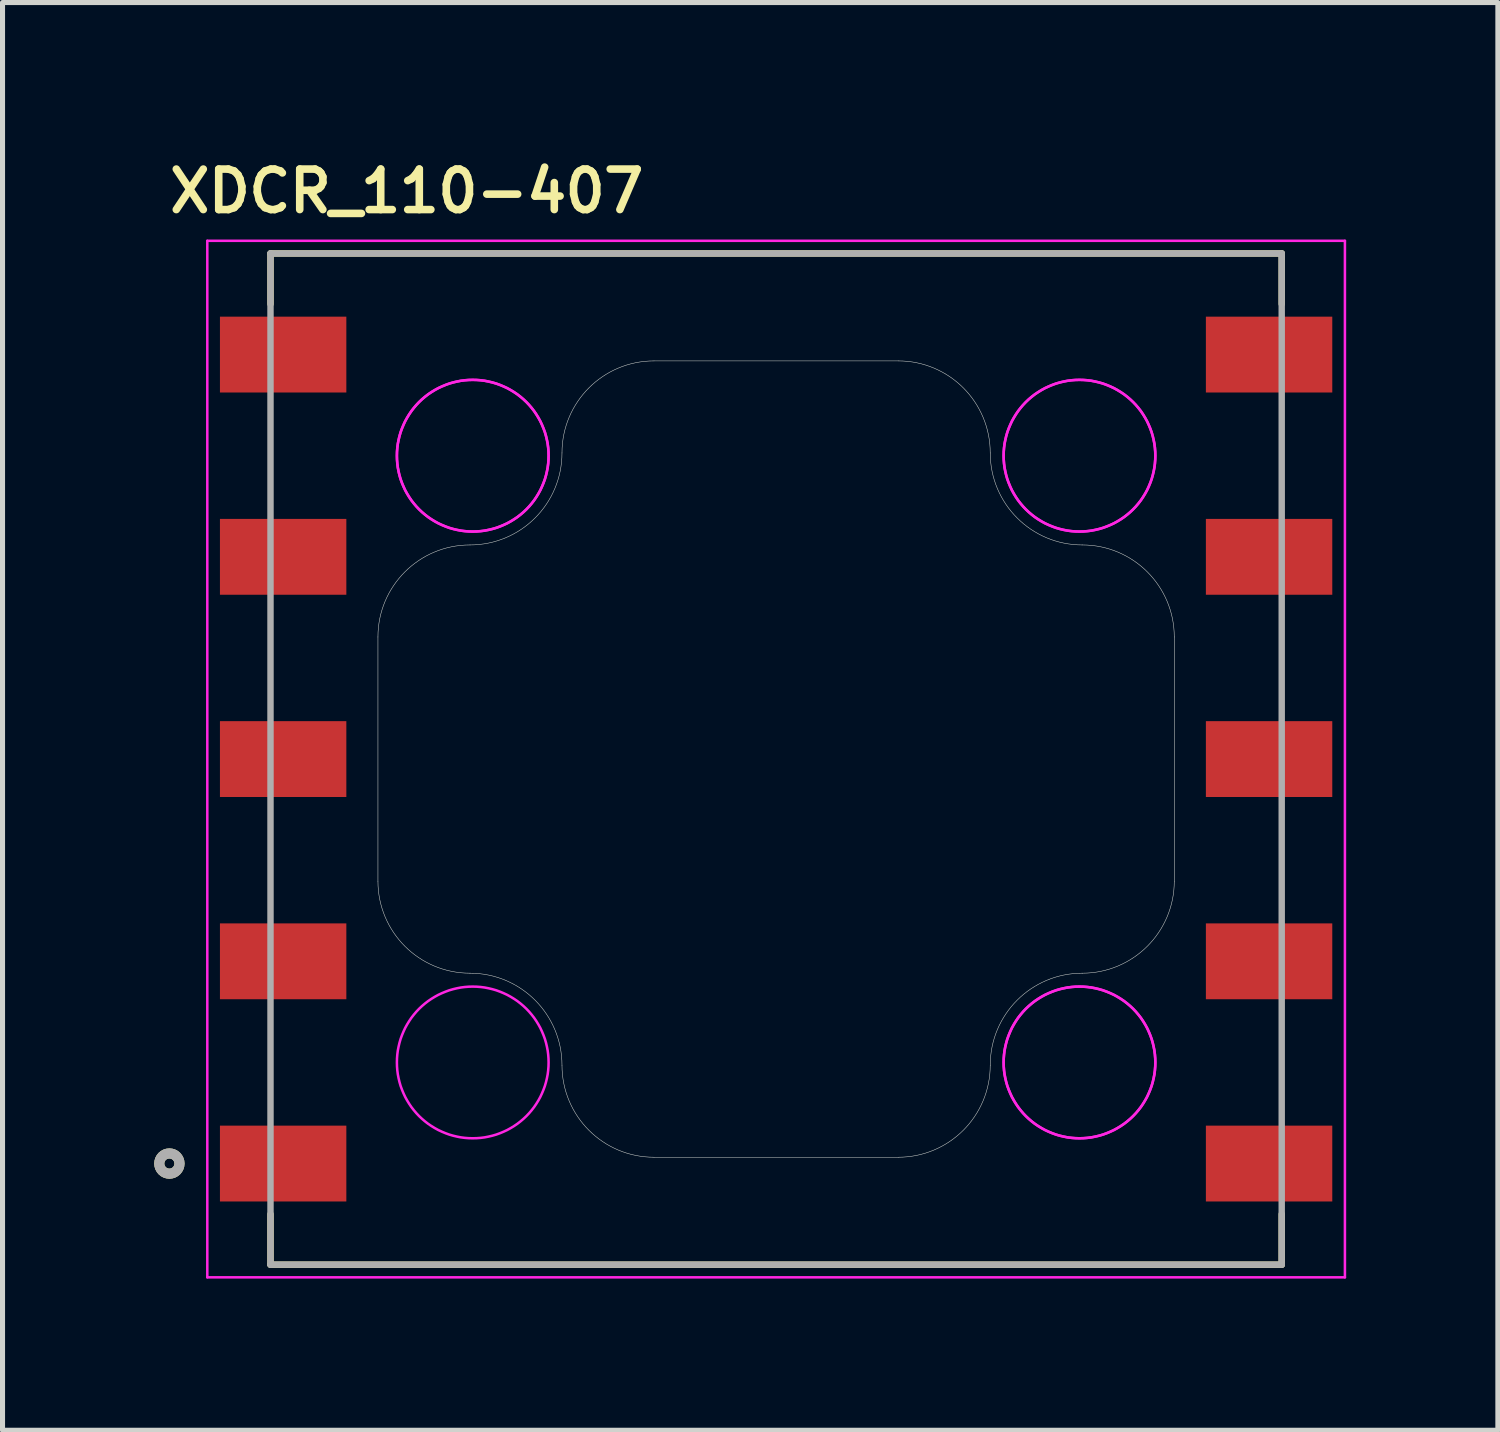
<source format=kicad_pcb>
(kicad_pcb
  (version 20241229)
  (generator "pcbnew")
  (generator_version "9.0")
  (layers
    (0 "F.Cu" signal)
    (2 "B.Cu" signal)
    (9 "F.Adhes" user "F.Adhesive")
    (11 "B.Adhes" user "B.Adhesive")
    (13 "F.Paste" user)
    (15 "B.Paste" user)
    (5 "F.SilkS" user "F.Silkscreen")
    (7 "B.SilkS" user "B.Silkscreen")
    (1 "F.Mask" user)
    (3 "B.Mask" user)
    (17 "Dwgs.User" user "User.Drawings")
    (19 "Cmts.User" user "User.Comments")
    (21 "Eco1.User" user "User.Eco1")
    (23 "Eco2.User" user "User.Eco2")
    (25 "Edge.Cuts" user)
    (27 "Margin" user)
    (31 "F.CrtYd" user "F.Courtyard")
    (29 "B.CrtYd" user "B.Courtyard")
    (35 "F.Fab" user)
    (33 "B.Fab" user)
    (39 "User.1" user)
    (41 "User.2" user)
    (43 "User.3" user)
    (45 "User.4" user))
  (footprint "XDCR_110-407"
    (layer "F.Cu")
    (at 12.3 11.963)
    (property "Reference" "XDCR_110-407" (at -7.305 -11.231 0) (layer "F.SilkS") (effects (font (size 0.801 0.801) (thickness 0.15))))
    (attr smd)
    (fp_line (start -10 -10) (end 10 -10) (stroke (width 0.127) (type solid)) (layer "F.SilkS"))
    (fp_line (start -10 -9) (end -10 -10) (stroke (width 0.127) (type solid)) (layer "F.SilkS"))
    (fp_line (start -10 9) (end -10 10) (stroke (width 0.127) (type solid)) (layer "F.SilkS"))
    (fp_line (start -10 10) (end 10 10) (stroke (width 0.127) (type solid)) (layer "F.SilkS"))
    (fp_line (start 10 -10) (end 10 -9) (stroke (width 0.127) (type solid)) (layer "F.SilkS"))
    (fp_line (start 10 10) (end 10 9) (stroke (width 0.127) (type solid)) (layer "F.SilkS"))
    (fp_circle (center -12 8) (end -11.8 8) (stroke (width 0.2) (type solid)) (fill no) (layer "F.SilkS"))
    (fp_line (start -7.875 -2.415) (end -7.875 2.415) (stroke (width 0.01) (type solid)) (layer "Edge.Cuts"))
    (fp_line (start -2.415 7.875) (end 2.415 7.875) (stroke (width 0.01) (type solid)) (layer "Edge.Cuts"))
    (fp_line (start 2.415 -7.875) (end -2.415 -7.875) (stroke (width 0.01) (type solid)) (layer "Edge.Cuts"))
    (fp_line (start 7.875 2.415) (end 7.875 -2.415) (stroke (width 0.01) (type solid)) (layer "Edge.Cuts"))
    (fp_arc (start -7.875 -2.415) (mid -7.341934 -3.701934) (end -6.055 -4.235) (stroke (width 0.01) (type solid)) (layer "Edge.Cuts"))
    (fp_arc (start -6.055 4.235) (mid -7.341934 3.701934) (end -7.875 2.415) (stroke (width 0.01) (type solid)) (layer "Edge.Cuts"))
    (fp_arc (start -6.055 4.235) (mid -4.768066 4.768066) (end -4.235 6.055) (stroke (width 0.01) (type solid)) (layer "Edge.Cuts"))
    (fp_arc (start -4.235 -6.055) (mid -4.768066 -4.768066) (end -6.055 -4.235) (stroke (width 0.01) (type solid)) (layer "Edge.Cuts"))
    (fp_arc (start -4.235 -6.055) (mid -3.701934 -7.341934) (end -2.415 -7.875) (stroke (width 0.01) (type solid)) (layer "Edge.Cuts"))
    (fp_arc (start -2.415 7.875) (mid -3.701934 7.341934) (end -4.235 6.055) (stroke (width 0.01) (type solid)) (layer "Edge.Cuts"))
    (fp_arc (start 2.415 -7.875) (mid 3.701934 -7.341934) (end 4.235 -6.055) (stroke (width 0.01) (type solid)) (layer "Edge.Cuts"))
    (fp_arc (start 4.235 6.055) (mid 3.701934 7.341934) (end 2.415 7.875) (stroke (width 0.01) (type solid)) (layer "Edge.Cuts"))
    (fp_arc (start 4.235 6.055) (mid 4.768066 4.768066) (end 6.055 4.235) (stroke (width 0.01) (type solid)) (layer "Edge.Cuts"))
    (fp_arc (start 6.055 -4.235) (mid 4.768066 -4.768066) (end 4.235 -6.055) (stroke (width 0.01) (type solid)) (layer "Edge.Cuts"))
    (fp_arc (start 6.055 -4.235) (mid 7.341934 -3.701934) (end 7.875 -2.415) (stroke (width 0.01) (type solid)) (layer "Edge.Cuts"))
    (fp_arc (start 7.875 2.415) (mid 7.341934 3.701934) (end 6.055 4.235) (stroke (width 0.01) (type solid)) (layer "Edge.Cuts"))
    (fp_line (start -11.25 -10.25) (end -11.25 10.25) (stroke (width 0.05) (type solid)) (layer "F.CrtYd"))
    (fp_line (start -11.25 10.25) (end 11.25 10.25) (stroke (width 0.05) (type solid)) (layer "F.CrtYd"))
    (fp_line (start 11.25 -10.25) (end -11.25 -10.25) (stroke (width 0.05) (type solid)) (layer "F.CrtYd"))
    (fp_line (start 11.25 10.25) (end 11.25 -10.25) (stroke (width 0.05) (type solid)) (layer "F.CrtYd"))
    (fp_poly (pts (xy -7.5 -6) (xy -7.498 -6.079) (xy -7.492 -6.157) (xy -7.482 -6.235) (xy -7.467 -6.312) (xy -7.449 -6.388) (xy -7.427 -6.464) (xy -7.4 -6.538) (xy -7.37 -6.61) (xy -7.337 -6.681) (xy -7.299 -6.75) (xy -7.258 -6.817) (xy -7.214 -6.882) (xy -7.166 -6.944) (xy -7.115 -7.004) (xy -7.061 -7.061) (xy -7.004 -7.115) (xy -6.944 -7.166) (xy -6.882 -7.214) (xy -6.817 -7.258) (xy -6.75 -7.299) (xy -6.681 -7.337) (xy -6.61 -7.37) (xy -6.538 -7.4) (xy -6.464 -7.427) (xy -6.388 -7.449) (xy -6.312 -7.467) (xy -6.235 -7.482) (xy -6.157 -7.492) (xy -6.079 -7.498) (xy -6 -7.5) (xy -5.921 -7.498) (xy -5.843 -7.492) (xy -5.765 -7.482) (xy -5.688 -7.467) (xy -5.612 -7.449) (xy -5.536 -7.427) (xy -5.462 -7.4) (xy -5.39 -7.37) (xy -5.319 -7.337) (xy -5.25 -7.299) (xy -5.183 -7.258) (xy -5.118 -7.214) (xy -5.056 -7.166) (xy -4.996 -7.115) (xy -4.939 -7.061) (xy -4.885 -7.004) (xy -4.834 -6.944) (xy -4.786 -6.882) (xy -4.742 -6.817) (xy -4.701 -6.75) (xy -4.663 -6.681) (xy -4.63 -6.61) (xy -4.6 -6.538) (xy -4.573 -6.464) (xy -4.551 -6.388) (xy -4.533 -6.312) (xy -4.518 -6.235) (xy -4.508 -6.157) (xy -4.502 -6.079) (xy -4.5 -6) (xy -4.502 -5.921) (xy -4.508 -5.843) (xy -4.518 -5.765) (xy -4.533 -5.688) (xy -4.551 -5.612) (xy -4.573 -5.536) (xy -4.6 -5.462) (xy -4.63 -5.39) (xy -4.663 -5.319) (xy -4.701 -5.25) (xy -4.742 -5.183) (xy -4.786 -5.118) (xy -4.834 -5.056) (xy -4.885 -4.996) (xy -4.939 -4.939) (xy -4.996 -4.885) (xy -5.056 -4.834) (xy -5.118 -4.786) (xy -5.183 -4.742) (xy -5.25 -4.701) (xy -5.319 -4.663) (xy -5.39 -4.63) (xy -5.462 -4.6) (xy -5.536 -4.573) (xy -5.612 -4.551) (xy -5.688 -4.533) (xy -5.765 -4.518) (xy -5.843 -4.508) (xy -5.921 -4.502) (xy -6 -4.5) (xy -6.079 -4.502) (xy -6.157 -4.508) (xy -6.235 -4.518) (xy -6.312 -4.533) (xy -6.388 -4.551) (xy -6.464 -4.573) (xy -6.538 -4.6) (xy -6.61 -4.63) (xy -6.681 -4.663) (xy -6.75 -4.701) (xy -6.817 -4.742) (xy -6.882 -4.786) (xy -6.944 -4.834) (xy -7.004 -4.885) (xy -7.061 -4.939) (xy -7.115 -4.996) (xy -7.166 -5.056) (xy -7.214 -5.118) (xy -7.258 -5.183) (xy -7.299 -5.25) (xy -7.337 -5.319) (xy -7.37 -5.39) (xy -7.4 -5.462) (xy -7.427 -5.536) (xy -7.449 -5.612) (xy -7.467 -5.688) (xy -7.482 -5.765) (xy -7.492 -5.843) (xy -7.498 -5.921) (xy -7.5 -6)) (stroke (width 0.05) (type solid)) (fill no) (layer "F.CrtYd"))
    (fp_poly (pts (xy -7.5 -6) (xy -7.498 -6.079) (xy -7.492 -6.157) (xy -7.482 -6.235) (xy -7.467 -6.312) (xy -7.449 -6.388) (xy -7.427 -6.464) (xy -7.4 -6.538) (xy -7.37 -6.61) (xy -7.337 -6.681) (xy -7.299 -6.75) (xy -7.258 -6.817) (xy -7.214 -6.882) (xy -7.166 -6.944) (xy -7.115 -7.004) (xy -7.061 -7.061) (xy -7.004 -7.115) (xy -6.944 -7.166) (xy -6.882 -7.214) (xy -6.817 -7.258) (xy -6.75 -7.299) (xy -6.681 -7.337) (xy -6.61 -7.37) (xy -6.538 -7.4) (xy -6.464 -7.427) (xy -6.388 -7.449) (xy -6.312 -7.467) (xy -6.235 -7.482) (xy -6.157 -7.492) (xy -6.079 -7.498) (xy -6 -7.5) (xy -5.921 -7.498) (xy -5.843 -7.492) (xy -5.765 -7.482) (xy -5.688 -7.467) (xy -5.612 -7.449) (xy -5.536 -7.427) (xy -5.462 -7.4) (xy -5.39 -7.37) (xy -5.319 -7.337) (xy -5.25 -7.299) (xy -5.183 -7.258) (xy -5.118 -7.214) (xy -5.056 -7.166) (xy -4.996 -7.115) (xy -4.939 -7.061) (xy -4.885 -7.004) (xy -4.834 -6.944) (xy -4.786 -6.882) (xy -4.742 -6.817) (xy -4.701 -6.75) (xy -4.663 -6.681) (xy -4.63 -6.61) (xy -4.6 -6.538) (xy -4.573 -6.464) (xy -4.551 -6.388) (xy -4.533 -6.312) (xy -4.518 -6.235) (xy -4.508 -6.157) (xy -4.502 -6.079) (xy -4.5 -6) (xy -4.502 -5.921) (xy -4.508 -5.843) (xy -4.518 -5.765) (xy -4.533 -5.688) (xy -4.551 -5.612) (xy -4.573 -5.536) (xy -4.6 -5.462) (xy -4.63 -5.39) (xy -4.663 -5.319) (xy -4.701 -5.25) (xy -4.742 -5.183) (xy -4.786 -5.118) (xy -4.834 -5.056) (xy -4.885 -4.996) (xy -4.939 -4.939) (xy -4.996 -4.885) (xy -5.056 -4.834) (xy -5.118 -4.786) (xy -5.183 -4.742) (xy -5.25 -4.701) (xy -5.319 -4.663) (xy -5.39 -4.63) (xy -5.462 -4.6) (xy -5.536 -4.573) (xy -5.612 -4.551) (xy -5.688 -4.533) (xy -5.765 -4.518) (xy -5.843 -4.508) (xy -5.921 -4.502) (xy -6 -4.5) (xy -6.079 -4.502) (xy -6.157 -4.508) (xy -6.235 -4.518) (xy -6.312 -4.533) (xy -6.388 -4.551) (xy -6.464 -4.573) (xy -6.538 -4.6) (xy -6.61 -4.63) (xy -6.681 -4.663) (xy -6.75 -4.701) (xy -6.817 -4.742) (xy -6.882 -4.786) (xy -6.944 -4.834) (xy -7.004 -4.885) (xy -7.061 -4.939) (xy -7.115 -4.996) (xy -7.166 -5.056) (xy -7.214 -5.118) (xy -7.258 -5.183) (xy -7.299 -5.25) (xy -7.337 -5.319) (xy -7.37 -5.39) (xy -7.4 -5.462) (xy -7.427 -5.536) (xy -7.449 -5.612) (xy -7.467 -5.688) (xy -7.482 -5.765) (xy -7.492 -5.843) (xy -7.498 -5.921) (xy -7.5 -6)) (stroke (width 0.05) (type solid)) (fill no) (layer "F.CrtYd"))
    (fp_poly (pts (xy -7.5 6) (xy -7.498 5.921) (xy -7.492 5.843) (xy -7.482 5.765) (xy -7.467 5.688) (xy -7.449 5.612) (xy -7.427 5.536) (xy -7.4 5.462) (xy -7.37 5.39) (xy -7.337 5.319) (xy -7.299 5.25) (xy -7.258 5.183) (xy -7.214 5.118) (xy -7.166 5.056) (xy -7.115 4.996) (xy -7.061 4.939) (xy -7.004 4.885) (xy -6.944 4.834) (xy -6.882 4.786) (xy -6.817 4.742) (xy -6.75 4.701) (xy -6.681 4.663) (xy -6.61 4.63) (xy -6.538 4.6) (xy -6.464 4.573) (xy -6.388 4.551) (xy -6.312 4.533) (xy -6.235 4.518) (xy -6.157 4.508) (xy -6.079 4.502) (xy -6 4.5) (xy -5.921 4.502) (xy -5.843 4.508) (xy -5.765 4.518) (xy -5.688 4.533) (xy -5.612 4.551) (xy -5.536 4.573) (xy -5.462 4.6) (xy -5.39 4.63) (xy -5.319 4.663) (xy -5.25 4.701) (xy -5.183 4.742) (xy -5.118 4.786) (xy -5.056 4.834) (xy -4.996 4.885) (xy -4.939 4.939) (xy -4.885 4.996) (xy -4.834 5.056) (xy -4.786 5.118) (xy -4.742 5.183) (xy -4.701 5.25) (xy -4.663 5.319) (xy -4.63 5.39) (xy -4.6 5.462) (xy -4.573 5.536) (xy -4.551 5.612) (xy -4.533 5.688) (xy -4.518 5.765) (xy -4.508 5.843) (xy -4.502 5.921) (xy -4.5 6) (xy -4.502 6.079) (xy -4.508 6.157) (xy -4.518 6.235) (xy -4.533 6.312) (xy -4.551 6.388) (xy -4.573 6.464) (xy -4.6 6.538) (xy -4.63 6.61) (xy -4.663 6.681) (xy -4.701 6.75) (xy -4.742 6.817) (xy -4.786 6.882) (xy -4.834 6.944) (xy -4.885 7.004) (xy -4.939 7.061) (xy -4.996 7.115) (xy -5.056 7.166) (xy -5.118 7.214) (xy -5.183 7.258) (xy -5.25 7.299) (xy -5.319 7.337) (xy -5.39 7.37) (xy -5.462 7.4) (xy -5.536 7.427) (xy -5.612 7.449) (xy -5.688 7.467) (xy -5.765 7.482) (xy -5.843 7.492) (xy -5.921 7.498) (xy -6 7.5) (xy -6.079 7.498) (xy -6.157 7.492) (xy -6.235 7.482) (xy -6.312 7.467) (xy -6.388 7.449) (xy -6.464 7.427) (xy -6.538 7.4) (xy -6.61 7.37) (xy -6.681 7.337) (xy -6.75 7.299) (xy -6.817 7.258) (xy -6.882 7.214) (xy -6.944 7.166) (xy -7.004 7.115) (xy -7.061 7.061) (xy -7.115 7.004) (xy -7.166 6.944) (xy -7.214 6.882) (xy -7.258 6.817) (xy -7.299 6.75) (xy -7.337 6.681) (xy -7.37 6.61) (xy -7.4 6.538) (xy -7.427 6.464) (xy -7.449 6.388) (xy -7.467 6.312) (xy -7.482 6.235) (xy -7.492 6.157) (xy -7.498 6.079) (xy -7.5 6)) (stroke (width 0.05) (type solid)) (fill no) (layer "F.CrtYd"))
    (fp_poly (pts (xy 4.5 -6) (xy 4.502 -6.079) (xy 4.508 -6.157) (xy 4.518 -6.235) (xy 4.533 -6.312) (xy 4.551 -6.388) (xy 4.573 -6.464) (xy 4.6 -6.538) (xy 4.63 -6.61) (xy 4.663 -6.681) (xy 4.701 -6.75) (xy 4.742 -6.817) (xy 4.786 -6.882) (xy 4.834 -6.944) (xy 4.885 -7.004) (xy 4.939 -7.061) (xy 4.996 -7.115) (xy 5.056 -7.166) (xy 5.118 -7.214) (xy 5.183 -7.258) (xy 5.25 -7.299) (xy 5.319 -7.337) (xy 5.39 -7.37) (xy 5.462 -7.4) (xy 5.536 -7.427) (xy 5.612 -7.449) (xy 5.688 -7.467) (xy 5.765 -7.482) (xy 5.843 -7.492) (xy 5.921 -7.498) (xy 6 -7.5) (xy 6.079 -7.498) (xy 6.157 -7.492) (xy 6.235 -7.482) (xy 6.312 -7.467) (xy 6.388 -7.449) (xy 6.464 -7.427) (xy 6.538 -7.4) (xy 6.61 -7.37) (xy 6.681 -7.337) (xy 6.75 -7.299) (xy 6.817 -7.258) (xy 6.882 -7.214) (xy 6.944 -7.166) (xy 7.004 -7.115) (xy 7.061 -7.061) (xy 7.115 -7.004) (xy 7.166 -6.944) (xy 7.214 -6.882) (xy 7.258 -6.817) (xy 7.299 -6.75) (xy 7.337 -6.681) (xy 7.37 -6.61) (xy 7.4 -6.538) (xy 7.427 -6.464) (xy 7.449 -6.388) (xy 7.467 -6.312) (xy 7.482 -6.235) (xy 7.492 -6.157) (xy 7.498 -6.079) (xy 7.5 -6) (xy 7.498 -5.921) (xy 7.492 -5.843) (xy 7.482 -5.765) (xy 7.467 -5.688) (xy 7.449 -5.612) (xy 7.427 -5.536) (xy 7.4 -5.462) (xy 7.37 -5.39) (xy 7.337 -5.319) (xy 7.299 -5.25) (xy 7.258 -5.183) (xy 7.214 -5.118) (xy 7.166 -5.056) (xy 7.115 -4.996) (xy 7.061 -4.939) (xy 7.004 -4.885) (xy 6.944 -4.834) (xy 6.882 -4.786) (xy 6.817 -4.742) (xy 6.75 -4.701) (xy 6.681 -4.663) (xy 6.61 -4.63) (xy 6.538 -4.6) (xy 6.464 -4.573) (xy 6.388 -4.551) (xy 6.312 -4.533) (xy 6.235 -4.518) (xy 6.157 -4.508) (xy 6.079 -4.502) (xy 6 -4.5) (xy 5.921 -4.502) (xy 5.843 -4.508) (xy 5.765 -4.518) (xy 5.688 -4.533) (xy 5.612 -4.551) (xy 5.536 -4.573) (xy 5.462 -4.6) (xy 5.39 -4.63) (xy 5.319 -4.663) (xy 5.25 -4.701) (xy 5.183 -4.742) (xy 5.118 -4.786) (xy 5.056 -4.834) (xy 4.996 -4.885) (xy 4.939 -4.939) (xy 4.885 -4.996) (xy 4.834 -5.056) (xy 4.786 -5.118) (xy 4.742 -5.183) (xy 4.701 -5.25) (xy 4.663 -5.319) (xy 4.63 -5.39) (xy 4.6 -5.462) (xy 4.573 -5.536) (xy 4.551 -5.612) (xy 4.533 -5.688) (xy 4.518 -5.765) (xy 4.508 -5.843) (xy 4.502 -5.921) (xy 4.5 -6)) (stroke (width 0.05) (type solid)) (fill no) (layer "F.CrtYd"))
    (fp_poly (pts (xy 4.5 -6) (xy 4.502 -6.079) (xy 4.508 -6.157) (xy 4.518 -6.235) (xy 4.533 -6.312) (xy 4.551 -6.388) (xy 4.573 -6.464) (xy 4.6 -6.538) (xy 4.63 -6.61) (xy 4.663 -6.681) (xy 4.701 -6.75) (xy 4.742 -6.817) (xy 4.786 -6.882) (xy 4.834 -6.944) (xy 4.885 -7.004) (xy 4.939 -7.061) (xy 4.996 -7.115) (xy 5.056 -7.166) (xy 5.118 -7.214) (xy 5.183 -7.258) (xy 5.25 -7.299) (xy 5.319 -7.337) (xy 5.39 -7.37) (xy 5.462 -7.4) (xy 5.536 -7.427) (xy 5.612 -7.449) (xy 5.688 -7.467) (xy 5.765 -7.482) (xy 5.843 -7.492) (xy 5.921 -7.498) (xy 6 -7.5) (xy 6.079 -7.498) (xy 6.157 -7.492) (xy 6.235 -7.482) (xy 6.312 -7.467) (xy 6.388 -7.449) (xy 6.464 -7.427) (xy 6.538 -7.4) (xy 6.61 -7.37) (xy 6.681 -7.337) (xy 6.75 -7.299) (xy 6.817 -7.258) (xy 6.882 -7.214) (xy 6.944 -7.166) (xy 7.004 -7.115) (xy 7.061 -7.061) (xy 7.115 -7.004) (xy 7.166 -6.944) (xy 7.214 -6.882) (xy 7.258 -6.817) (xy 7.299 -6.75) (xy 7.337 -6.681) (xy 7.37 -6.61) (xy 7.4 -6.538) (xy 7.427 -6.464) (xy 7.449 -6.388) (xy 7.467 -6.312) (xy 7.482 -6.235) (xy 7.492 -6.157) (xy 7.498 -6.079) (xy 7.5 -6) (xy 7.498 -5.921) (xy 7.492 -5.843) (xy 7.482 -5.765) (xy 7.467 -5.688) (xy 7.449 -5.612) (xy 7.427 -5.536) (xy 7.4 -5.462) (xy 7.37 -5.39) (xy 7.337 -5.319) (xy 7.299 -5.25) (xy 7.258 -5.183) (xy 7.214 -5.118) (xy 7.166 -5.056) (xy 7.115 -4.996) (xy 7.061 -4.939) (xy 7.004 -4.885) (xy 6.944 -4.834) (xy 6.882 -4.786) (xy 6.817 -4.742) (xy 6.75 -4.701) (xy 6.681 -4.663) (xy 6.61 -4.63) (xy 6.538 -4.6) (xy 6.464 -4.573) (xy 6.388 -4.551) (xy 6.312 -4.533) (xy 6.235 -4.518) (xy 6.157 -4.508) (xy 6.079 -4.502) (xy 6 -4.5) (xy 5.921 -4.502) (xy 5.843 -4.508) (xy 5.765 -4.518) (xy 5.688 -4.533) (xy 5.612 -4.551) (xy 5.536 -4.573) (xy 5.462 -4.6) (xy 5.39 -4.63) (xy 5.319 -4.663) (xy 5.25 -4.701) (xy 5.183 -4.742) (xy 5.118 -4.786) (xy 5.056 -4.834) (xy 4.996 -4.885) (xy 4.939 -4.939) (xy 4.885 -4.996) (xy 4.834 -5.056) (xy 4.786 -5.118) (xy 4.742 -5.183) (xy 4.701 -5.25) (xy 4.663 -5.319) (xy 4.63 -5.39) (xy 4.6 -5.462) (xy 4.573 -5.536) (xy 4.551 -5.612) (xy 4.533 -5.688) (xy 4.518 -5.765) (xy 4.508 -5.843) (xy 4.502 -5.921) (xy 4.5 -6)) (stroke (width 0.05) (type solid)) (fill no) (layer "F.CrtYd"))
    (fp_poly (pts (xy 4.5 6) (xy 4.502 5.921) (xy 4.508 5.843) (xy 4.518 5.765) (xy 4.533 5.688) (xy 4.551 5.612) (xy 4.573 5.536) (xy 4.6 5.462) (xy 4.63 5.39) (xy 4.663 5.319) (xy 4.701 5.25) (xy 4.742 5.183) (xy 4.786 5.118) (xy 4.834 5.056) (xy 4.885 4.996) (xy 4.939 4.939) (xy 4.996 4.885) (xy 5.056 4.834) (xy 5.118 4.786) (xy 5.183 4.742) (xy 5.25 4.701) (xy 5.319 4.663) (xy 5.39 4.63) (xy 5.462 4.6) (xy 5.536 4.573) (xy 5.612 4.551) (xy 5.688 4.533) (xy 5.765 4.518) (xy 5.843 4.508) (xy 5.921 4.502) (xy 6 4.5) (xy 6.079 4.502) (xy 6.157 4.508) (xy 6.235 4.518) (xy 6.312 4.533) (xy 6.388 4.551) (xy 6.464 4.573) (xy 6.538 4.6) (xy 6.61 4.63) (xy 6.681 4.663) (xy 6.75 4.701) (xy 6.817 4.742) (xy 6.882 4.786) (xy 6.944 4.834) (xy 7.004 4.885) (xy 7.061 4.939) (xy 7.115 4.996) (xy 7.166 5.056) (xy 7.214 5.118) (xy 7.258 5.183) (xy 7.299 5.25) (xy 7.337 5.319) (xy 7.37 5.39) (xy 7.4 5.462) (xy 7.427 5.536) (xy 7.449 5.612) (xy 7.467 5.688) (xy 7.482 5.765) (xy 7.492 5.843) (xy 7.498 5.921) (xy 7.5 6) (xy 7.498 6.079) (xy 7.492 6.157) (xy 7.482 6.235) (xy 7.467 6.312) (xy 7.449 6.388) (xy 7.427 6.464) (xy 7.4 6.538) (xy 7.37 6.61) (xy 7.337 6.681) (xy 7.299 6.75) (xy 7.258 6.817) (xy 7.214 6.882) (xy 7.166 6.944) (xy 7.115 7.004) (xy 7.061 7.061) (xy 7.004 7.115) (xy 6.944 7.166) (xy 6.882 7.214) (xy 6.817 7.258) (xy 6.75 7.299) (xy 6.681 7.337) (xy 6.61 7.37) (xy 6.538 7.4) (xy 6.464 7.427) (xy 6.388 7.449) (xy 6.312 7.467) (xy 6.235 7.482) (xy 6.157 7.492) (xy 6.079 7.498) (xy 6 7.5) (xy 5.921 7.498) (xy 5.843 7.492) (xy 5.765 7.482) (xy 5.688 7.467) (xy 5.612 7.449) (xy 5.536 7.427) (xy 5.462 7.4) (xy 5.39 7.37) (xy 5.319 7.337) (xy 5.25 7.299) (xy 5.183 7.258) (xy 5.118 7.214) (xy 5.056 7.166) (xy 4.996 7.115) (xy 4.939 7.061) (xy 4.885 7.004) (xy 4.834 6.944) (xy 4.786 6.882) (xy 4.742 6.817) (xy 4.701 6.75) (xy 4.663 6.681) (xy 4.63 6.61) (xy 4.6 6.538) (xy 4.573 6.464) (xy 4.551 6.388) (xy 4.533 6.312) (xy 4.518 6.235) (xy 4.508 6.157) (xy 4.502 6.079) (xy 4.5 6)) (stroke (width 0.05) (type solid)) (fill no) (layer "F.CrtYd"))
    (fp_poly (pts (xy 4.5 6) (xy 4.502 5.921) (xy 4.508 5.843) (xy 4.518 5.765) (xy 4.533 5.688) (xy 4.551 5.612) (xy 4.573 5.536) (xy 4.6 5.462) (xy 4.63 5.39) (xy 4.663 5.319) (xy 4.701 5.25) (xy 4.742 5.183) (xy 4.786 5.118) (xy 4.834 5.056) (xy 4.885 4.996) (xy 4.939 4.939) (xy 4.996 4.885) (xy 5.056 4.834) (xy 5.118 4.786) (xy 5.183 4.742) (xy 5.25 4.701) (xy 5.319 4.663) (xy 5.39 4.63) (xy 5.462 4.6) (xy 5.536 4.573) (xy 5.612 4.551) (xy 5.688 4.533) (xy 5.765 4.518) (xy 5.843 4.508) (xy 5.921 4.502) (xy 6 4.5) (xy 6.079 4.502) (xy 6.157 4.508) (xy 6.235 4.518) (xy 6.312 4.533) (xy 6.388 4.551) (xy 6.464 4.573) (xy 6.538 4.6) (xy 6.61 4.63) (xy 6.681 4.663) (xy 6.75 4.701) (xy 6.817 4.742) (xy 6.882 4.786) (xy 6.944 4.834) (xy 7.004 4.885) (xy 7.061 4.939) (xy 7.115 4.996) (xy 7.166 5.056) (xy 7.214 5.118) (xy 7.258 5.183) (xy 7.299 5.25) (xy 7.337 5.319) (xy 7.37 5.39) (xy 7.4 5.462) (xy 7.427 5.536) (xy 7.449 5.612) (xy 7.467 5.688) (xy 7.482 5.765) (xy 7.492 5.843) (xy 7.498 5.921) (xy 7.5 6) (xy 7.498 6.079) (xy 7.492 6.157) (xy 7.482 6.235) (xy 7.467 6.312) (xy 7.449 6.388) (xy 7.427 6.464) (xy 7.4 6.538) (xy 7.37 6.61) (xy 7.337 6.681) (xy 7.299 6.75) (xy 7.258 6.817) (xy 7.214 6.882) (xy 7.166 6.944) (xy 7.115 7.004) (xy 7.061 7.061) (xy 7.004 7.115) (xy 6.944 7.166) (xy 6.882 7.214) (xy 6.817 7.258) (xy 6.75 7.299) (xy 6.681 7.337) (xy 6.61 7.37) (xy 6.538 7.4) (xy 6.464 7.427) (xy 6.388 7.449) (xy 6.312 7.467) (xy 6.235 7.482) (xy 6.157 7.492) (xy 6.079 7.498) (xy 6 7.5) (xy 5.921 7.498) (xy 5.843 7.492) (xy 5.765 7.482) (xy 5.688 7.467) (xy 5.612 7.449) (xy 5.536 7.427) (xy 5.462 7.4) (xy 5.39 7.37) (xy 5.319 7.337) (xy 5.25 7.299) (xy 5.183 7.258) (xy 5.118 7.214) (xy 5.056 7.166) (xy 4.996 7.115) (xy 4.939 7.061) (xy 4.885 7.004) (xy 4.834 6.944) (xy 4.786 6.882) (xy 4.742 6.817) (xy 4.701 6.75) (xy 4.663 6.681) (xy 4.63 6.61) (xy 4.6 6.538) (xy 4.573 6.464) (xy 4.551 6.388) (xy 4.533 6.312) (xy 4.518 6.235) (xy 4.508 6.157) (xy 4.502 6.079) (xy 4.5 6)) (stroke (width 0.05) (type solid)) (fill no) (layer "F.CrtYd"))
    (fp_line (start -10 -10) (end 10 -10) (stroke (width 0.127) (type solid)) (layer "F.Fab"))
    (fp_line (start -10 10) (end -10 -10) (stroke (width 0.127) (type solid)) (layer "F.Fab"))
    (fp_line (start 10 -10) (end 10 10) (stroke (width 0.127) (type solid)) (layer "F.Fab"))
    (fp_line (start 10 10) (end -10 10) (stroke (width 0.127) (type solid)) (layer "F.Fab"))
    (fp_circle (center -12 8) (end -11.8 8) (stroke (width 0.2) (type solid)) (fill no) (layer "F.Fab"))
    (pad "1" smd rect (at -9.75 8) (size 2.5 1.5) (layers "F.Cu" "F.Mask" "F.Paste"))
    (pad "2" smd rect (at -9.75 4) (size 2.5 1.5) (layers "F.Cu" "F.Mask" "F.Paste"))
    (pad "3" smd rect (at -9.75 0) (size 2.5 1.5) (layers "F.Cu" "F.Mask" "F.Paste"))
    (pad "4" smd rect (at -9.75 -4) (size 2.5 1.5) (layers "F.Cu" "F.Mask" "F.Paste"))
    (pad "5" smd rect (at -9.75 -8) (size 2.5 1.5) (layers "F.Cu" "F.Mask" "F.Paste"))
    (pad "6" smd rect (at 9.75 -8 180) (size 2.5 1.5) (layers "F.Cu" "F.Mask" "F.Paste"))
    (pad "7" smd rect (at 9.75 -4 180) (size 2.5 1.5) (layers "F.Cu" "F.Mask" "F.Paste"))
    (pad "8" smd rect (at 9.75 0 180) (size 2.5 1.5) (layers "F.Cu" "F.Mask" "F.Paste"))
    (pad "9" smd rect (at 9.75 4 180) (size 2.5 1.5) (layers "F.Cu" "F.Mask" "F.Paste"))
    (pad "10" smd rect (at 9.75 8 180) (size 2.5 1.5) (layers "F.Cu" "F.Mask" "F.Paste"))
    (zone (net_name "") (layer "F.Cu") (hatch full 0.508) (connect_pads) (min_thickness 0.05) (filled_areas_thickness no) (keepout (tracks not_allowed) (vias not_allowed) (pads not_allowed) (copperpour not_allowed) (footprints allowed)) (placement (enabled no)) (fill) (polygon (pts (xy 4.8 5.963) (xy 4.802 5.884) (xy 4.808 5.806) (xy 4.818 5.728) (xy 4.833 5.651) (xy 4.851 5.575) (xy 4.873 5.499) (xy 4.9 5.425) (xy 4.93 5.353) (xy 4.963 5.282) (xy 5.001 5.213) (xy 5.042 5.146) (xy 5.086 5.081) (xy 5.134 5.019) (xy 5.185 4.959) (xy 5.239 4.902) (xy 5.296 4.848) (xy 5.356 4.797) (xy 5.418 4.749) (xy 5.483 4.705) (xy 5.55 4.664) (xy 5.619 4.626) (xy 5.69 4.593) (xy 5.762 4.563) (xy 5.836 4.536) (xy 5.912 4.514) (xy 5.988 4.496) (xy 6.065 4.481) (xy 6.143 4.471) (xy 6.221 4.465) (xy 6.3 4.463) (xy 6.379 4.465) (xy 6.457 4.471) (xy 6.535 4.481) (xy 6.612 4.496) (xy 6.688 4.514) (xy 6.764 4.536) (xy 6.838 4.563) (xy 6.91 4.593) (xy 6.981 4.626) (xy 7.05 4.664) (xy 7.117 4.705) (xy 7.182 4.749) (xy 7.244 4.797) (xy 7.304 4.848) (xy 7.361 4.902) (xy 7.415 4.959) (xy 7.466 5.019) (xy 7.514 5.081) (xy 7.558 5.146) (xy 7.599 5.213) (xy 7.637 5.282) (xy 7.67 5.353) (xy 7.7 5.425) (xy 7.727 5.499) (xy 7.749 5.575) (xy 7.767 5.651) (xy 7.782 5.728) (xy 7.792 5.806) (xy 7.798 5.884) (xy 7.8 5.963) (xy 7.798 6.042) (xy 7.792 6.12) (xy 7.782 6.198) (xy 7.767 6.275) (xy 7.749 6.351) (xy 7.727 6.427) (xy 7.7 6.501) (xy 7.67 6.573) (xy 7.637 6.644) (xy 7.599 6.713) (xy 7.558 6.78) (xy 7.514 6.845) (xy 7.466 6.907) (xy 7.415 6.967) (xy 7.361 7.024) (xy 7.304 7.078) (xy 7.244 7.129) (xy 7.182 7.177) (xy 7.117 7.221) (xy 7.05 7.262) (xy 6.981 7.3) (xy 6.91 7.333) (xy 6.838 7.363) (xy 6.764 7.39) (xy 6.688 7.412) (xy 6.612 7.43) (xy 6.535 7.445) (xy 6.457 7.455) (xy 6.379 7.461) (xy 6.3 7.463) (xy 6.221 7.461) (xy 6.143 7.455) (xy 6.065 7.445) (xy 5.988 7.43) (xy 5.912 7.412) (xy 5.836 7.39) (xy 5.762 7.363) (xy 5.69 7.333) (xy 5.619 7.3) (xy 5.55 7.262) (xy 5.483 7.221) (xy 5.418 7.177) (xy 5.356 7.129) (xy 5.296 7.078) (xy 5.239 7.024) (xy 5.185 6.967) (xy 5.134 6.907) (xy 5.086 6.845) (xy 5.042 6.78) (xy 5.001 6.713) (xy 4.963 6.644) (xy 4.93 6.573) (xy 4.9 6.501) (xy 4.873 6.427) (xy 4.851 6.351) (xy 4.833 6.275) (xy 4.818 6.198) (xy 4.808 6.12) (xy 4.802 6.042))))
    (zone (net_name "") (layer "F.Cu") (hatch full 0.508) (connect_pads) (min_thickness 0.05) (filled_areas_thickness no) (keepout (tracks not_allowed) (vias not_allowed) (pads not_allowed) (copperpour not_allowed) (footprints allowed)) (placement (enabled no)) (fill) (polygon (pts (xy 4.8 17.963) (xy 4.802 17.884) (xy 4.808 17.806) (xy 4.818 17.728) (xy 4.833 17.651) (xy 4.851 17.575) (xy 4.873 17.499) (xy 4.9 17.425) (xy 4.93 17.353) (xy 4.963 17.282) (xy 5.001 17.213) (xy 5.042 17.146) (xy 5.086 17.081) (xy 5.134 17.019) (xy 5.185 16.959) (xy 5.239 16.902) (xy 5.296 16.848) (xy 5.356 16.797) (xy 5.418 16.749) (xy 5.483 16.705) (xy 5.55 16.664) (xy 5.619 16.626) (xy 5.69 16.593) (xy 5.762 16.563) (xy 5.836 16.536) (xy 5.912 16.514) (xy 5.988 16.496) (xy 6.065 16.481) (xy 6.143 16.471) (xy 6.221 16.465) (xy 6.3 16.463) (xy 6.379 16.465) (xy 6.457 16.471) (xy 6.535 16.481) (xy 6.612 16.496) (xy 6.688 16.514) (xy 6.764 16.536) (xy 6.838 16.563) (xy 6.91 16.593) (xy 6.981 16.626) (xy 7.05 16.664) (xy 7.117 16.705) (xy 7.182 16.749) (xy 7.244 16.797) (xy 7.304 16.848) (xy 7.361 16.902) (xy 7.415 16.959) (xy 7.466 17.019) (xy 7.514 17.081) (xy 7.558 17.146) (xy 7.599 17.213) (xy 7.637 17.282) (xy 7.67 17.353) (xy 7.7 17.425) (xy 7.727 17.499) (xy 7.749 17.575) (xy 7.767 17.651) (xy 7.782 17.728) (xy 7.792 17.806) (xy 7.798 17.884) (xy 7.8 17.963) (xy 7.798 18.042) (xy 7.792 18.12) (xy 7.782 18.198) (xy 7.767 18.275) (xy 7.749 18.351) (xy 7.727 18.427) (xy 7.7 18.501) (xy 7.67 18.573) (xy 7.637 18.644) (xy 7.599 18.713) (xy 7.558 18.78) (xy 7.514 18.845) (xy 7.466 18.907) (xy 7.415 18.967) (xy 7.361 19.024) (xy 7.304 19.078) (xy 7.244 19.129) (xy 7.182 19.177) (xy 7.117 19.221) (xy 7.05 19.262) (xy 6.981 19.3) (xy 6.91 19.333) (xy 6.838 19.363) (xy 6.764 19.39) (xy 6.688 19.412) (xy 6.612 19.43) (xy 6.535 19.445) (xy 6.457 19.455) (xy 6.379 19.461) (xy 6.3 19.463) (xy 6.221 19.461) (xy 6.143 19.455) (xy 6.065 19.445) (xy 5.988 19.43) (xy 5.912 19.412) (xy 5.836 19.39) (xy 5.762 19.363) (xy 5.69 19.333) (xy 5.619 19.3) (xy 5.55 19.262) (xy 5.483 19.221) (xy 5.418 19.177) (xy 5.356 19.129) (xy 5.296 19.078) (xy 5.239 19.024) (xy 5.185 18.967) (xy 5.134 18.907) (xy 5.086 18.845) (xy 5.042 18.78) (xy 5.001 18.713) (xy 4.963 18.644) (xy 4.93 18.573) (xy 4.9 18.501) (xy 4.873 18.427) (xy 4.851 18.351) (xy 4.833 18.275) (xy 4.818 18.198) (xy 4.808 18.12) (xy 4.802 18.042))))
    (zone (net_name "") (layer "F.Cu") (hatch full 0.508) (connect_pads) (min_thickness 0.05) (filled_areas_thickness no) (keepout (tracks not_allowed) (vias not_allowed) (pads not_allowed) (copperpour not_allowed) (footprints allowed)) (placement (enabled no)) (fill) (polygon (pts (xy 16.8 5.963) (xy 16.802 5.884) (xy 16.808 5.806) (xy 16.818 5.728) (xy 16.833 5.651) (xy 16.851 5.575) (xy 16.873 5.499) (xy 16.9 5.425) (xy 16.93 5.353) (xy 16.963 5.282) (xy 17.001 5.213) (xy 17.042 5.146) (xy 17.086 5.081) (xy 17.134 5.019) (xy 17.185 4.959) (xy 17.239 4.902) (xy 17.296 4.848) (xy 17.356 4.797) (xy 17.418 4.749) (xy 17.483 4.705) (xy 17.55 4.664) (xy 17.619 4.626) (xy 17.69 4.593) (xy 17.762 4.563) (xy 17.836 4.536) (xy 17.912 4.514) (xy 17.988 4.496) (xy 18.065 4.481) (xy 18.143 4.471) (xy 18.221 4.465) (xy 18.3 4.463) (xy 18.379 4.465) (xy 18.457 4.471) (xy 18.535 4.481) (xy 18.612 4.496) (xy 18.688 4.514) (xy 18.764 4.536) (xy 18.838 4.563) (xy 18.91 4.593) (xy 18.981 4.626) (xy 19.05 4.664) (xy 19.117 4.705) (xy 19.182 4.749) (xy 19.244 4.797) (xy 19.304 4.848) (xy 19.361 4.902) (xy 19.415 4.959) (xy 19.466 5.019) (xy 19.514 5.081) (xy 19.558 5.146) (xy 19.599 5.213) (xy 19.637 5.282) (xy 19.67 5.353) (xy 19.7 5.425) (xy 19.727 5.499) (xy 19.749 5.575) (xy 19.767 5.651) (xy 19.782 5.728) (xy 19.792 5.806) (xy 19.798 5.884) (xy 19.8 5.963) (xy 19.798 6.042) (xy 19.792 6.12) (xy 19.782 6.198) (xy 19.767 6.275) (xy 19.749 6.351) (xy 19.727 6.427) (xy 19.7 6.501) (xy 19.67 6.573) (xy 19.637 6.644) (xy 19.599 6.713) (xy 19.558 6.78) (xy 19.514 6.845) (xy 19.466 6.907) (xy 19.415 6.967) (xy 19.361 7.024) (xy 19.304 7.078) (xy 19.244 7.129) (xy 19.182 7.177) (xy 19.117 7.221) (xy 19.05 7.262) (xy 18.981 7.3) (xy 18.91 7.333) (xy 18.838 7.363) (xy 18.764 7.39) (xy 18.688 7.412) (xy 18.612 7.43) (xy 18.535 7.445) (xy 18.457 7.455) (xy 18.379 7.461) (xy 18.3 7.463) (xy 18.221 7.461) (xy 18.143 7.455) (xy 18.065 7.445) (xy 17.988 7.43) (xy 17.912 7.412) (xy 17.836 7.39) (xy 17.762 7.363) (xy 17.69 7.333) (xy 17.619 7.3) (xy 17.55 7.262) (xy 17.483 7.221) (xy 17.418 7.177) (xy 17.356 7.129) (xy 17.296 7.078) (xy 17.239 7.024) (xy 17.185 6.967) (xy 17.134 6.907) (xy 17.086 6.845) (xy 17.042 6.78) (xy 17.001 6.713) (xy 16.963 6.644) (xy 16.93 6.573) (xy 16.9 6.501) (xy 16.873 6.427) (xy 16.851 6.351) (xy 16.833 6.275) (xy 16.818 6.198) (xy 16.808 6.12) (xy 16.802 6.042))))
    (zone (net_name "") (layer "F.Cu") (hatch full 0.508) (connect_pads) (min_thickness 0.05) (filled_areas_thickness no) (keepout (tracks not_allowed) (vias not_allowed) (pads not_allowed) (copperpour not_allowed) (footprints allowed)) (placement (enabled no)) (fill) (polygon (pts (xy 16.8 17.963) (xy 16.802 17.884) (xy 16.808 17.806) (xy 16.818 17.728) (xy 16.833 17.651) (xy 16.851 17.575) (xy 16.873 17.499) (xy 16.9 17.425) (xy 16.93 17.353) (xy 16.963 17.282) (xy 17.001 17.213) (xy 17.042 17.146) (xy 17.086 17.081) (xy 17.134 17.019) (xy 17.185 16.959) (xy 17.239 16.902) (xy 17.296 16.848) (xy 17.356 16.797) (xy 17.418 16.749) (xy 17.483 16.705) (xy 17.55 16.664) (xy 17.619 16.626) (xy 17.69 16.593) (xy 17.762 16.563) (xy 17.836 16.536) (xy 17.912 16.514) (xy 17.988 16.496) (xy 18.065 16.481) (xy 18.143 16.471) (xy 18.221 16.465) (xy 18.3 16.463) (xy 18.379 16.465) (xy 18.457 16.471) (xy 18.535 16.481) (xy 18.612 16.496) (xy 18.688 16.514) (xy 18.764 16.536) (xy 18.838 16.563) (xy 18.91 16.593) (xy 18.981 16.626) (xy 19.05 16.664) (xy 19.117 16.705) (xy 19.182 16.749) (xy 19.244 16.797) (xy 19.304 16.848) (xy 19.361 16.902) (xy 19.415 16.959) (xy 19.466 17.019) (xy 19.514 17.081) (xy 19.558 17.146) (xy 19.599 17.213) (xy 19.637 17.282) (xy 19.67 17.353) (xy 19.7 17.425) (xy 19.727 17.499) (xy 19.749 17.575) (xy 19.767 17.651) (xy 19.782 17.728) (xy 19.792 17.806) (xy 19.798 17.884) (xy 19.8 17.963) (xy 19.798 18.042) (xy 19.792 18.12) (xy 19.782 18.198) (xy 19.767 18.275) (xy 19.749 18.351) (xy 19.727 18.427) (xy 19.7 18.501) (xy 19.67 18.573) (xy 19.637 18.644) (xy 19.599 18.713) (xy 19.558 18.78) (xy 19.514 18.845) (xy 19.466 18.907) (xy 19.415 18.967) (xy 19.361 19.024) (xy 19.304 19.078) (xy 19.244 19.129) (xy 19.182 19.177) (xy 19.117 19.221) (xy 19.05 19.262) (xy 18.981 19.3) (xy 18.91 19.333) (xy 18.838 19.363) (xy 18.764 19.39) (xy 18.688 19.412) (xy 18.612 19.43) (xy 18.535 19.445) (xy 18.457 19.455) (xy 18.379 19.461) (xy 18.3 19.463) (xy 18.221 19.461) (xy 18.143 19.455) (xy 18.065 19.445) (xy 17.988 19.43) (xy 17.912 19.412) (xy 17.836 19.39) (xy 17.762 19.363) (xy 17.69 19.333) (xy 17.619 19.3) (xy 17.55 19.262) (xy 17.483 19.221) (xy 17.418 19.177) (xy 17.356 19.129) (xy 17.296 19.078) (xy 17.239 19.024) (xy 17.185 18.967) (xy 17.134 18.907) (xy 17.086 18.845) (xy 17.042 18.78) (xy 17.001 18.713) (xy 16.963 18.644) (xy 16.93 18.573) (xy 16.9 18.501) (xy 16.873 18.427) (xy 16.851 18.351) (xy 16.833 18.275) (xy 16.818 18.198) (xy 16.808 18.12) (xy 16.802 18.042))))
    (zone (net_name "") (layers "F.Cu" "B.Cu") (hatch full 0.508) (connect_pads) (min_thickness 0.05) (filled_areas_thickness no) (keepout (tracks allowed) (vias not_allowed) (pads allowed) (copperpour allowed) (footprints allowed)) (placement (enabled no)) (fill) (polygon (pts (xy 4.8 5.963) (xy 4.802 5.884) (xy 4.808 5.806) (xy 4.818 5.728) (xy 4.833 5.651) (xy 4.851 5.575) (xy 4.873 5.499) (xy 4.9 5.425) (xy 4.93 5.353) (xy 4.963 5.282) (xy 5.001 5.213) (xy 5.042 5.146) (xy 5.086 5.081) (xy 5.134 5.019) (xy 5.185 4.959) (xy 5.239 4.902) (xy 5.296 4.848) (xy 5.356 4.797) (xy 5.418 4.749) (xy 5.483 4.705) (xy 5.55 4.664) (xy 5.619 4.626) (xy 5.69 4.593) (xy 5.762 4.563) (xy 5.836 4.536) (xy 5.912 4.514) (xy 5.988 4.496) (xy 6.065 4.481) (xy 6.143 4.471) (xy 6.221 4.465) (xy 6.3 4.463) (xy 6.379 4.465) (xy 6.457 4.471) (xy 6.535 4.481) (xy 6.612 4.496) (xy 6.688 4.514) (xy 6.764 4.536) (xy 6.838 4.563) (xy 6.91 4.593) (xy 6.981 4.626) (xy 7.05 4.664) (xy 7.117 4.705) (xy 7.182 4.749) (xy 7.244 4.797) (xy 7.304 4.848) (xy 7.361 4.902) (xy 7.415 4.959) (xy 7.466 5.019) (xy 7.514 5.081) (xy 7.558 5.146) (xy 7.599 5.213) (xy 7.637 5.282) (xy 7.67 5.353) (xy 7.7 5.425) (xy 7.727 5.499) (xy 7.749 5.575) (xy 7.767 5.651) (xy 7.782 5.728) (xy 7.792 5.806) (xy 7.798 5.884) (xy 7.8 5.963) (xy 7.798 6.042) (xy 7.792 6.12) (xy 7.782 6.198) (xy 7.767 6.275) (xy 7.749 6.351) (xy 7.727 6.427) (xy 7.7 6.501) (xy 7.67 6.573) (xy 7.637 6.644) (xy 7.599 6.713) (xy 7.558 6.78) (xy 7.514 6.845) (xy 7.466 6.907) (xy 7.415 6.967) (xy 7.361 7.024) (xy 7.304 7.078) (xy 7.244 7.129) (xy 7.182 7.177) (xy 7.117 7.221) (xy 7.05 7.262) (xy 6.981 7.3) (xy 6.91 7.333) (xy 6.838 7.363) (xy 6.764 7.39) (xy 6.688 7.412) (xy 6.612 7.43) (xy 6.535 7.445) (xy 6.457 7.455) (xy 6.379 7.461) (xy 6.3 7.463) (xy 6.221 7.461) (xy 6.143 7.455) (xy 6.065 7.445) (xy 5.988 7.43) (xy 5.912 7.412) (xy 5.836 7.39) (xy 5.762 7.363) (xy 5.69 7.333) (xy 5.619 7.3) (xy 5.55 7.262) (xy 5.483 7.221) (xy 5.418 7.177) (xy 5.356 7.129) (xy 5.296 7.078) (xy 5.239 7.024) (xy 5.185 6.967) (xy 5.134 6.907) (xy 5.086 6.845) (xy 5.042 6.78) (xy 5.001 6.713) (xy 4.963 6.644) (xy 4.93 6.573) (xy 4.9 6.501) (xy 4.873 6.427) (xy 4.851 6.351) (xy 4.833 6.275) (xy 4.818 6.198) (xy 4.808 6.12) (xy 4.802 6.042))))
    (zone (net_name "") (layers "F.Cu" "B.Cu") (hatch full 0.508) (connect_pads) (min_thickness 0.05) (filled_areas_thickness no) (keepout (tracks allowed) (vias not_allowed) (pads allowed) (copperpour allowed) (footprints allowed)) (placement (enabled no)) (fill) (polygon (pts (xy 4.8 17.963) (xy 4.802 17.884) (xy 4.808 17.806) (xy 4.818 17.728) (xy 4.833 17.651) (xy 4.851 17.575) (xy 4.873 17.499) (xy 4.9 17.425) (xy 4.93 17.353) (xy 4.963 17.282) (xy 5.001 17.213) (xy 5.042 17.146) (xy 5.086 17.081) (xy 5.134 17.019) (xy 5.185 16.959) (xy 5.239 16.902) (xy 5.296 16.848) (xy 5.356 16.797) (xy 5.418 16.749) (xy 5.483 16.705) (xy 5.55 16.664) (xy 5.619 16.626) (xy 5.69 16.593) (xy 5.762 16.563) (xy 5.836 16.536) (xy 5.912 16.514) (xy 5.988 16.496) (xy 6.065 16.481) (xy 6.143 16.471) (xy 6.221 16.465) (xy 6.3 16.463) (xy 6.379 16.465) (xy 6.457 16.471) (xy 6.535 16.481) (xy 6.612 16.496) (xy 6.688 16.514) (xy 6.764 16.536) (xy 6.838 16.563) (xy 6.91 16.593) (xy 6.981 16.626) (xy 7.05 16.664) (xy 7.117 16.705) (xy 7.182 16.749) (xy 7.244 16.797) (xy 7.304 16.848) (xy 7.361 16.902) (xy 7.415 16.959) (xy 7.466 17.019) (xy 7.514 17.081) (xy 7.558 17.146) (xy 7.599 17.213) (xy 7.637 17.282) (xy 7.67 17.353) (xy 7.7 17.425) (xy 7.727 17.499) (xy 7.749 17.575) (xy 7.767 17.651) (xy 7.782 17.728) (xy 7.792 17.806) (xy 7.798 17.884) (xy 7.8 17.963) (xy 7.798 18.042) (xy 7.792 18.12) (xy 7.782 18.198) (xy 7.767 18.275) (xy 7.749 18.351) (xy 7.727 18.427) (xy 7.7 18.501) (xy 7.67 18.573) (xy 7.637 18.644) (xy 7.599 18.713) (xy 7.558 18.78) (xy 7.514 18.845) (xy 7.466 18.907) (xy 7.415 18.967) (xy 7.361 19.024) (xy 7.304 19.078) (xy 7.244 19.129) (xy 7.182 19.177) (xy 7.117 19.221) (xy 7.05 19.262) (xy 6.981 19.3) (xy 6.91 19.333) (xy 6.838 19.363) (xy 6.764 19.39) (xy 6.688 19.412) (xy 6.612 19.43) (xy 6.535 19.445) (xy 6.457 19.455) (xy 6.379 19.461) (xy 6.3 19.463) (xy 6.221 19.461) (xy 6.143 19.455) (xy 6.065 19.445) (xy 5.988 19.43) (xy 5.912 19.412) (xy 5.836 19.39) (xy 5.762 19.363) (xy 5.69 19.333) (xy 5.619 19.3) (xy 5.55 19.262) (xy 5.483 19.221) (xy 5.418 19.177) (xy 5.356 19.129) (xy 5.296 19.078) (xy 5.239 19.024) (xy 5.185 18.967) (xy 5.134 18.907) (xy 5.086 18.845) (xy 5.042 18.78) (xy 5.001 18.713) (xy 4.963 18.644) (xy 4.93 18.573) (xy 4.9 18.501) (xy 4.873 18.427) (xy 4.851 18.351) (xy 4.833 18.275) (xy 4.818 18.198) (xy 4.808 18.12) (xy 4.802 18.042))))
    (zone (net_name "") (layers "F.Cu" "B.Cu") (hatch full 0.508) (connect_pads) (min_thickness 0.05) (filled_areas_thickness no) (keepout (tracks allowed) (vias not_allowed) (pads allowed) (copperpour allowed) (footprints allowed)) (placement (enabled no)) (fill) (polygon (pts (xy 16.8 5.963) (xy 16.802 5.884) (xy 16.808 5.806) (xy 16.818 5.728) (xy 16.833 5.651) (xy 16.851 5.575) (xy 16.873 5.499) (xy 16.9 5.425) (xy 16.93 5.353) (xy 16.963 5.282) (xy 17.001 5.213) (xy 17.042 5.146) (xy 17.086 5.081) (xy 17.134 5.019) (xy 17.185 4.959) (xy 17.239 4.902) (xy 17.296 4.848) (xy 17.356 4.797) (xy 17.418 4.749) (xy 17.483 4.705) (xy 17.55 4.664) (xy 17.619 4.626) (xy 17.69 4.593) (xy 17.762 4.563) (xy 17.836 4.536) (xy 17.912 4.514) (xy 17.988 4.496) (xy 18.065 4.481) (xy 18.143 4.471) (xy 18.221 4.465) (xy 18.3 4.463) (xy 18.379 4.465) (xy 18.457 4.471) (xy 18.535 4.481) (xy 18.612 4.496) (xy 18.688 4.514) (xy 18.764 4.536) (xy 18.838 4.563) (xy 18.91 4.593) (xy 18.981 4.626) (xy 19.05 4.664) (xy 19.117 4.705) (xy 19.182 4.749) (xy 19.244 4.797) (xy 19.304 4.848) (xy 19.361 4.902) (xy 19.415 4.959) (xy 19.466 5.019) (xy 19.514 5.081) (xy 19.558 5.146) (xy 19.599 5.213) (xy 19.637 5.282) (xy 19.67 5.353) (xy 19.7 5.425) (xy 19.727 5.499) (xy 19.749 5.575) (xy 19.767 5.651) (xy 19.782 5.728) (xy 19.792 5.806) (xy 19.798 5.884) (xy 19.8 5.963) (xy 19.798 6.042) (xy 19.792 6.12) (xy 19.782 6.198) (xy 19.767 6.275) (xy 19.749 6.351) (xy 19.727 6.427) (xy 19.7 6.501) (xy 19.67 6.573) (xy 19.637 6.644) (xy 19.599 6.713) (xy 19.558 6.78) (xy 19.514 6.845) (xy 19.466 6.907) (xy 19.415 6.967) (xy 19.361 7.024) (xy 19.304 7.078) (xy 19.244 7.129) (xy 19.182 7.177) (xy 19.117 7.221) (xy 19.05 7.262) (xy 18.981 7.3) (xy 18.91 7.333) (xy 18.838 7.363) (xy 18.764 7.39) (xy 18.688 7.412) (xy 18.612 7.43) (xy 18.535 7.445) (xy 18.457 7.455) (xy 18.379 7.461) (xy 18.3 7.463) (xy 18.221 7.461) (xy 18.143 7.455) (xy 18.065 7.445) (xy 17.988 7.43) (xy 17.912 7.412) (xy 17.836 7.39) (xy 17.762 7.363) (xy 17.69 7.333) (xy 17.619 7.3) (xy 17.55 7.262) (xy 17.483 7.221) (xy 17.418 7.177) (xy 17.356 7.129) (xy 17.296 7.078) (xy 17.239 7.024) (xy 17.185 6.967) (xy 17.134 6.907) (xy 17.086 6.845) (xy 17.042 6.78) (xy 17.001 6.713) (xy 16.963 6.644) (xy 16.93 6.573) (xy 16.9 6.501) (xy 16.873 6.427) (xy 16.851 6.351) (xy 16.833 6.275) (xy 16.818 6.198) (xy 16.808 6.12) (xy 16.802 6.042))))
    (zone (net_name "") (layers "F.Cu" "B.Cu") (hatch full 0.508) (connect_pads) (min_thickness 0.05) (filled_areas_thickness no) (keepout (tracks allowed) (vias not_allowed) (pads allowed) (copperpour allowed) (footprints allowed)) (placement (enabled no)) (fill) (polygon (pts (xy 16.8 17.963) (xy 16.802 17.884) (xy 16.808 17.806) (xy 16.818 17.728) (xy 16.833 17.651) (xy 16.851 17.575) (xy 16.873 17.499) (xy 16.9 17.425) (xy 16.93 17.353) (xy 16.963 17.282) (xy 17.001 17.213) (xy 17.042 17.146) (xy 17.086 17.081) (xy 17.134 17.019) (xy 17.185 16.959) (xy 17.239 16.902) (xy 17.296 16.848) (xy 17.356 16.797) (xy 17.418 16.749) (xy 17.483 16.705) (xy 17.55 16.664) (xy 17.619 16.626) (xy 17.69 16.593) (xy 17.762 16.563) (xy 17.836 16.536) (xy 17.912 16.514) (xy 17.988 16.496) (xy 18.065 16.481) (xy 18.143 16.471) (xy 18.221 16.465) (xy 18.3 16.463) (xy 18.379 16.465) (xy 18.457 16.471) (xy 18.535 16.481) (xy 18.612 16.496) (xy 18.688 16.514) (xy 18.764 16.536) (xy 18.838 16.563) (xy 18.91 16.593) (xy 18.981 16.626) (xy 19.05 16.664) (xy 19.117 16.705) (xy 19.182 16.749) (xy 19.244 16.797) (xy 19.304 16.848) (xy 19.361 16.902) (xy 19.415 16.959) (xy 19.466 17.019) (xy 19.514 17.081) (xy 19.558 17.146) (xy 19.599 17.213) (xy 19.637 17.282) (xy 19.67 17.353) (xy 19.7 17.425) (xy 19.727 17.499) (xy 19.749 17.575) (xy 19.767 17.651) (xy 19.782 17.728) (xy 19.792 17.806) (xy 19.798 17.884) (xy 19.8 17.963) (xy 19.798 18.042) (xy 19.792 18.12) (xy 19.782 18.198) (xy 19.767 18.275) (xy 19.749 18.351) (xy 19.727 18.427) (xy 19.7 18.501) (xy 19.67 18.573) (xy 19.637 18.644) (xy 19.599 18.713) (xy 19.558 18.78) (xy 19.514 18.845) (xy 19.466 18.907) (xy 19.415 18.967) (xy 19.361 19.024) (xy 19.304 19.078) (xy 19.244 19.129) (xy 19.182 19.177) (xy 19.117 19.221) (xy 19.05 19.262) (xy 18.981 19.3) (xy 18.91 19.333) (xy 18.838 19.363) (xy 18.764 19.39) (xy 18.688 19.412) (xy 18.612 19.43) (xy 18.535 19.445) (xy 18.457 19.455) (xy 18.379 19.461) (xy 18.3 19.463) (xy 18.221 19.461) (xy 18.143 19.455) (xy 18.065 19.445) (xy 17.988 19.43) (xy 17.912 19.412) (xy 17.836 19.39) (xy 17.762 19.363) (xy 17.69 19.333) (xy 17.619 19.3) (xy 17.55 19.262) (xy 17.483 19.221) (xy 17.418 19.177) (xy 17.356 19.129) (xy 17.296 19.078) (xy 17.239 19.024) (xy 17.185 18.967) (xy 17.134 18.907) (xy 17.086 18.845) (xy 17.042 18.78) (xy 17.001 18.713) (xy 16.963 18.644) (xy 16.93 18.573) (xy 16.9 18.501) (xy 16.873 18.427) (xy 16.851 18.351) (xy 16.833 18.275) (xy 16.818 18.198) (xy 16.808 18.12) (xy 16.802 18.042)))))
  (gr_rect
    (start -3 -3)
    (end 26.575 25.238)
    (stroke (width 0.1) (type default))
    (fill no)
    (layer "Edge.Cuts")))
</source>
